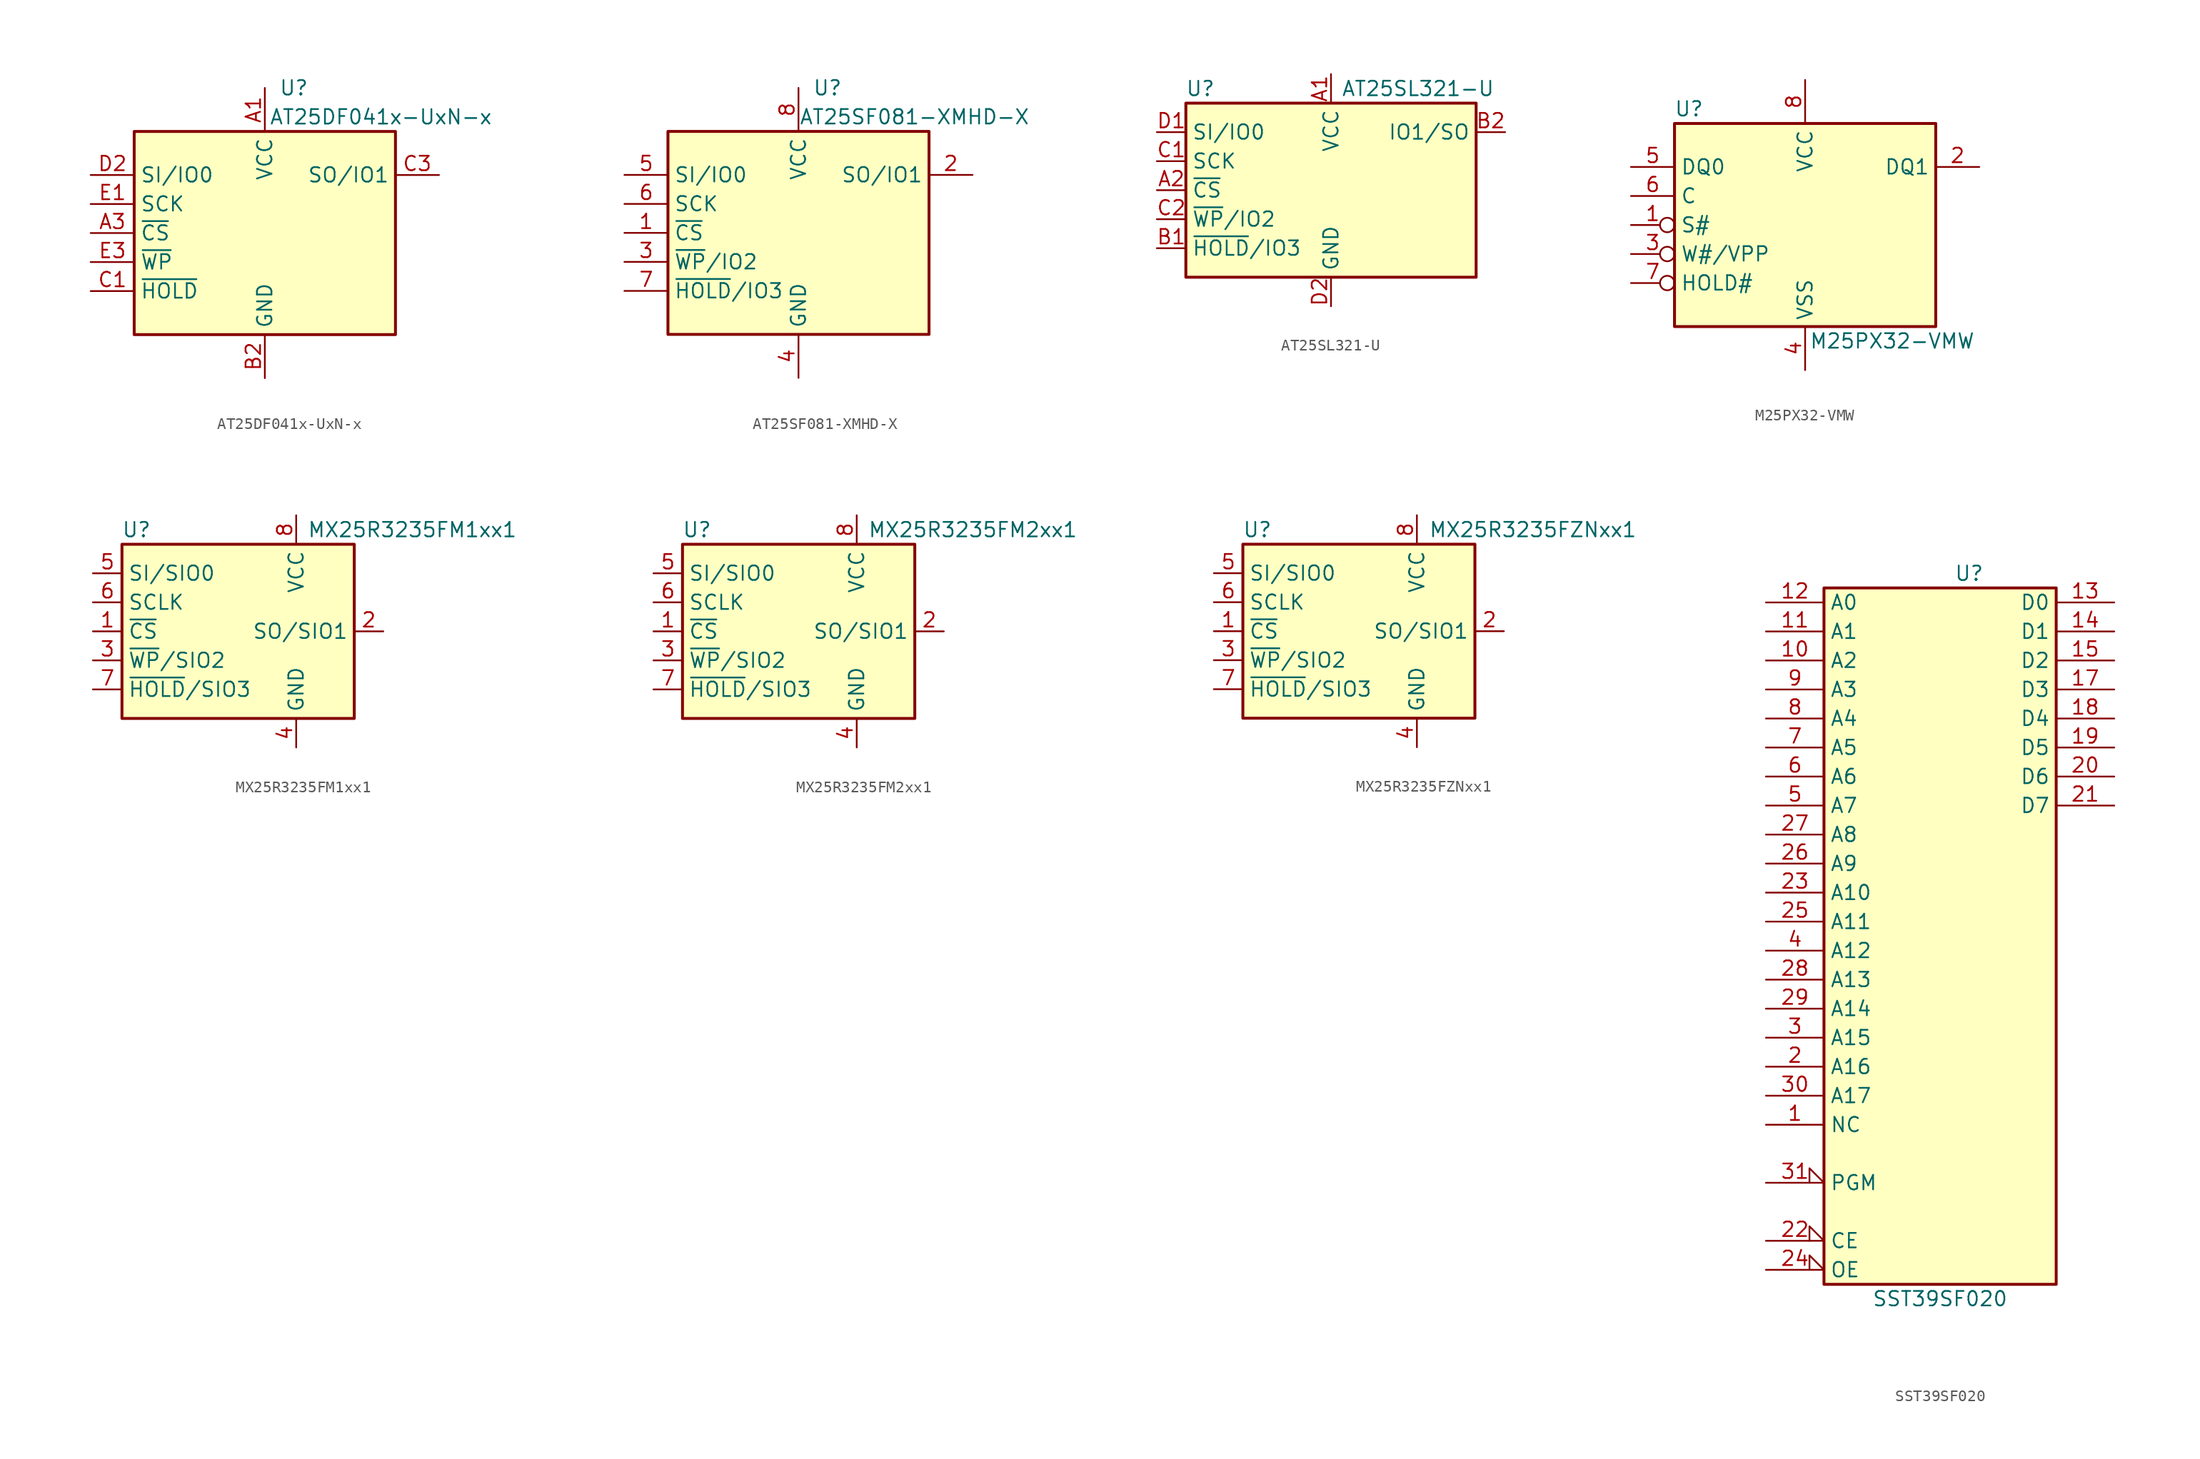
<source format=kicad_sym>
(kicad_symbol_lib
  (version 20220914)
  (generator kicad_symbol_editor)
  (symbol "AT25DF041x-UxN-x"
    (property "Reference" "U"
      (at 2.54 12.7 0)
      (effects (font (size 1.27 1.27))))
    (property "Value" "AT25DF041x-UxN-x"
      (at 10.16 10.16 0)
      (effects (font (size 1.27 1.27))))
    (symbol "AT25DF041x-UxN-x_1_1"
      (rectangle (start -11.43 8.89) (end 11.43 -8.89) (stroke (width 0.254) (type default)) (fill (type background)))
      (pin power_in line (at 0 12.7 270) (length 3.81) (name "VCC" (effects (font (size 1.27 1.27)))) (number "A1" (effects (font (size 1.27 1.27)))))
      (pin input line (at -15.24 0 0) (length 3.81) (name "~{CS}" (effects (font (size 1.27 1.27)))) (number "A3" (effects (font (size 1.27 1.27)))))
      (pin power_in line (at 0 -12.7 90) (length 3.81) (name "GND" (effects (font (size 1.27 1.27)))) (number "B2" (effects (font (size 1.27 1.27)))))
      (pin bidirectional line (at -15.24 -5.08 0) (length 3.81) (name "~{HOLD}" (effects (font (size 1.27 1.27)))) (number "C1" (effects (font (size 1.27 1.27)))))
      (pin bidirectional line (at 15.24 5.08 180) (length 3.81) (name "SO/IO1" (effects (font (size 1.27 1.27)))) (number "C3" (effects (font (size 1.27 1.27)))))
      (pin bidirectional line (at -15.24 5.08 0) (length 3.81) (name "SI/IO0" (effects (font (size 1.27 1.27)))) (number "D2" (effects (font (size 1.27 1.27)))))
      (pin input line (at -15.24 2.54 0) (length 3.81) (name "SCK" (effects (font (size 1.27 1.27)))) (number "E1" (effects (font (size 1.27 1.27)))))
      (pin bidirectional line (at -15.24 -2.54 0) (length 3.81) (name "~{WP}" (effects (font (size 1.27 1.27)))) (number "E3" (effects (font (size 1.27 1.27)))))))
  (symbol "AT25SF081-XMHD-X"
    (property "Reference" "U"
      (at 2.54 12.7 0)
      (effects (font (size 1.27 1.27))))
    (property "Value" "AT25SF081-XMHD-X"
      (at 10.16 10.16 0)
      (effects (font (size 1.27 1.27))))
    (symbol "AT25SF081-XMHD-X_1_1"
      (rectangle (start -11.43 8.89) (end 11.43 -8.89) (stroke (width 0.254) (type default)) (fill (type background)))
      (pin input line (at -15.24 0 0) (length 3.81) (name "~{CS}" (effects (font (size 1.27 1.27)))) (number "1" (effects (font (size 1.27 1.27)))))
      (pin bidirectional line (at 15.24 5.08 180) (length 3.81) (name "SO/IO1" (effects (font (size 1.27 1.27)))) (number "2" (effects (font (size 1.27 1.27)))))
      (pin bidirectional line (at -15.24 -2.54 0) (length 3.81) (name "~{WP}/IO2" (effects (font (size 1.27 1.27)))) (number "3" (effects (font (size 1.27 1.27)))))
      (pin power_in line (at 0 -12.7 90) (length 3.81) (name "GND" (effects (font (size 1.27 1.27)))) (number "4" (effects (font (size 1.27 1.27)))))
      (pin bidirectional line (at -15.24 5.08 0) (length 3.81) (name "SI/IO0" (effects (font (size 1.27 1.27)))) (number "5" (effects (font (size 1.27 1.27)))))
      (pin input line (at -15.24 2.54 0) (length 3.81) (name "SCK" (effects (font (size 1.27 1.27)))) (number "6" (effects (font (size 1.27 1.27)))))
      (pin bidirectional line (at -15.24 -5.08 0) (length 3.81) (name "~{HOLD}/IO3" (effects (font (size 1.27 1.27)))) (number "7" (effects (font (size 1.27 1.27)))))
      (pin power_in line (at 0 12.7 270) (length 3.81) (name "VCC" (effects (font (size 1.27 1.27)))) (number "8" (effects (font (size 1.27 1.27)))))))
  (symbol "AT25SL321-U"
    (property "Reference" "U"
      (at -11.43 8.89 0)
      (effects (font (size 1.27 1.27))))
    (property "Value" "AT25SL321-U"
      (at 7.62 8.89 0)
      (effects (font (size 1.27 1.27))))
    (symbol "AT25SL321-U_1_1"
      (rectangle (start -12.7 7.62) (end 12.7 -7.62) (stroke (width 0.254) (type default)) (fill (type background)))
      (pin power_in line (at 0 10.16 270) (length 2.54) (name "VCC" (effects (font (size 1.27 1.27)))) (number "A1" (effects (font (size 1.27 1.27)))))
      (pin input line (at -15.24 0 0) (length 2.54) (name "~{CS}" (effects (font (size 1.27 1.27)))) (number "A2" (effects (font (size 1.27 1.27)))))
      (pin bidirectional line (at -15.24 -5.08 0) (length 2.54) (name "~{HOLD}/IO3" (effects (font (size 1.27 1.27)))) (number "B1" (effects (font (size 1.27 1.27)))))
      (pin bidirectional line (at 15.24 5.08 180) (length 2.54) (name "IO1/SO" (effects (font (size 1.27 1.27)))) (number "B2" (effects (font (size 1.27 1.27)))))
      (pin input line (at -15.24 2.54 0) (length 2.54) (name "SCK" (effects (font (size 1.27 1.27)))) (number "C1" (effects (font (size 1.27 1.27)))))
      (pin bidirectional line (at -15.24 -2.54 0) (length 2.54) (name "~{WP}/IO2" (effects (font (size 1.27 1.27)))) (number "C2" (effects (font (size 1.27 1.27)))))
      (pin bidirectional line (at -15.24 5.08 0) (length 2.54) (name "SI/IO0" (effects (font (size 1.27 1.27)))) (number "D1" (effects (font (size 1.27 1.27)))))
      (pin power_in line (at 0 -10.16 90) (length 2.54) (name "GND" (effects (font (size 1.27 1.27)))) (number "D2" (effects (font (size 1.27 1.27)))))))
  (symbol "M25PX32-VMW"
    (property "Reference" "U"
      (at -10.16 10.16 0)
      (effects (font (size 1.27 1.27))))
    (property "Value" "M25PX32-VMW"
      (at 7.62 -10.16 0)
      (effects (font (size 1.27 1.27))))
    (symbol "M25PX32-VMW_0_1"
      (rectangle (start -11.43 8.89) (end 11.43 -8.89) (stroke (width 0.254) (type default)) (fill (type background))))
    (symbol "M25PX32-VMW_1_1"
      (pin input inverted (at -15.24 0 0) (length 3.81) (name "S#" (effects (font (size 1.27 1.27)))) (number "1" (effects (font (size 1.27 1.27)))))
      (pin bidirectional line (at 15.24 5.08 180) (length 3.81) (name "DQ1" (effects (font (size 1.27 1.27)))) (number "2" (effects (font (size 1.27 1.27)))))
      (pin input inverted (at -15.24 -2.54 0) (length 3.81) (name "W#/VPP" (effects (font (size 1.27 1.27)))) (number "3" (effects (font (size 1.27 1.27)))))
      (pin power_in line (at 0 -12.7 90) (length 3.81) (name "VSS" (effects (font (size 1.27 1.27)))) (number "4" (effects (font (size 1.27 1.27)))))
      (pin bidirectional line (at -15.24 5.08 0) (length 3.81) (name "DQ0" (effects (font (size 1.27 1.27)))) (number "5" (effects (font (size 1.27 1.27)))))
      (pin input line (at -15.24 2.54 0) (length 3.81) (name "C" (effects (font (size 1.27 1.27)))) (number "6" (effects (font (size 1.27 1.27)))))
      (pin input inverted (at -15.24 -5.08 0) (length 3.81) (name "HOLD#" (effects (font (size 1.27 1.27)))) (number "7" (effects (font (size 1.27 1.27)))))
      (pin power_in line (at 0 12.7 270) (length 3.81) (name "VCC" (effects (font (size 1.27 1.27)))) (number "8" (effects (font (size 1.27 1.27)))))))
  (symbol "MX25R3235FM1xx1"
    (property "Reference" "U"
      (at -8.89 8.89 0)
      (effects (font (size 1.27 1.27))))
    (property "Value" "MX25R3235FM1xx1"
      (at 15.24 8.89 0)
      (effects (font (size 1.27 1.27))))
    (symbol "MX25R3235FM1xx1_1_1"
      (rectangle (start -10.16 7.62) (end 10.16 -7.62) (stroke (width 0.254) (type default)) (fill (type background)))
      (pin input line (at -12.7 0 0) (length 2.54) (name "~{CS}" (effects (font (size 1.27 1.27)))) (number "1" (effects (font (size 1.27 1.27)))))
      (pin bidirectional line (at 12.7 0 180) (length 2.54) (name "SO/SIO1" (effects (font (size 1.27 1.27)))) (number "2" (effects (font (size 1.27 1.27)))))
      (pin bidirectional line (at -12.7 -2.54 0) (length 2.54) (name "~{WP}/SIO2" (effects (font (size 1.27 1.27)))) (number "3" (effects (font (size 1.27 1.27)))))
      (pin power_in line (at 5.08 -10.16 90) (length 2.54) (name "GND" (effects (font (size 1.27 1.27)))) (number "4" (effects (font (size 1.27 1.27)))))
      (pin bidirectional line (at -12.7 5.08 0) (length 2.54) (name "SI/SIO0" (effects (font (size 1.27 1.27)))) (number "5" (effects (font (size 1.27 1.27)))))
      (pin input line (at -12.7 2.54 0) (length 2.54) (name "SCLK" (effects (font (size 1.27 1.27)))) (number "6" (effects (font (size 1.27 1.27)))))
      (pin bidirectional line (at -12.7 -5.08 0) (length 2.54) (name "~{HOLD}/SIO3" (effects (font (size 1.27 1.27)))) (number "7" (effects (font (size 1.27 1.27)))))
      (pin power_in line (at 5.08 10.16 270) (length 2.54) (name "VCC" (effects (font (size 1.27 1.27)))) (number "8" (effects (font (size 1.27 1.27)))))))
  (symbol "MX25R3235FM2xx1"
    (property "Reference" "U"
      (at -8.89 8.89 0)
      (effects (font (size 1.27 1.27))))
    (property "Value" "MX25R3235FM2xx1"
      (at 15.24 8.89 0)
      (effects (font (size 1.27 1.27))))
    (symbol "MX25R3235FM2xx1_1_1"
      (rectangle (start -10.16 7.62) (end 10.16 -7.62) (stroke (width 0.254) (type default)) (fill (type background)))
      (pin input line (at -12.7 0 0) (length 2.54) (name "~{CS}" (effects (font (size 1.27 1.27)))) (number "1" (effects (font (size 1.27 1.27)))))
      (pin bidirectional line (at 12.7 0 180) (length 2.54) (name "SO/SIO1" (effects (font (size 1.27 1.27)))) (number "2" (effects (font (size 1.27 1.27)))))
      (pin bidirectional line (at -12.7 -2.54 0) (length 2.54) (name "~{WP}/SIO2" (effects (font (size 1.27 1.27)))) (number "3" (effects (font (size 1.27 1.27)))))
      (pin power_in line (at 5.08 -10.16 90) (length 2.54) (name "GND" (effects (font (size 1.27 1.27)))) (number "4" (effects (font (size 1.27 1.27)))))
      (pin bidirectional line (at -12.7 5.08 0) (length 2.54) (name "SI/SIO0" (effects (font (size 1.27 1.27)))) (number "5" (effects (font (size 1.27 1.27)))))
      (pin input line (at -12.7 2.54 0) (length 2.54) (name "SCLK" (effects (font (size 1.27 1.27)))) (number "6" (effects (font (size 1.27 1.27)))))
      (pin bidirectional line (at -12.7 -5.08 0) (length 2.54) (name "~{HOLD}/SIO3" (effects (font (size 1.27 1.27)))) (number "7" (effects (font (size 1.27 1.27)))))
      (pin power_in line (at 5.08 10.16 270) (length 2.54) (name "VCC" (effects (font (size 1.27 1.27)))) (number "8" (effects (font (size 1.27 1.27)))))))
  (symbol "MX25R3235FZNxx1"
    (property "Reference" "U"
      (at -8.89 8.89 0)
      (effects (font (size 1.27 1.27))))
    (property "Value" "MX25R3235FZNxx1"
      (at 15.24 8.89 0)
      (effects (font (size 1.27 1.27))))
    (symbol "MX25R3235FZNxx1_1_1"
      (rectangle (start -10.16 7.62) (end 10.16 -7.62) (stroke (width 0.254) (type default)) (fill (type background)))
      (pin input line (at -12.7 0 0) (length 2.54) (name "~{CS}" (effects (font (size 1.27 1.27)))) (number "1" (effects (font (size 1.27 1.27)))))
      (pin bidirectional line (at 12.7 0 180) (length 2.54) (name "SO/SIO1" (effects (font (size 1.27 1.27)))) (number "2" (effects (font (size 1.27 1.27)))))
      (pin bidirectional line (at -12.7 -2.54 0) (length 2.54) (name "~{WP}/SIO2" (effects (font (size 1.27 1.27)))) (number "3" (effects (font (size 1.27 1.27)))))
      (pin power_in line (at 5.08 -10.16 90) (length 2.54) (name "GND" (effects (font (size 1.27 1.27)))) (number "4" (effects (font (size 1.27 1.27)))))
      (pin bidirectional line (at -12.7 5.08 0) (length 2.54) (name "SI/SIO0" (effects (font (size 1.27 1.27)))) (number "5" (effects (font (size 1.27 1.27)))))
      (pin input line (at -12.7 2.54 0) (length 2.54) (name "SCLK" (effects (font (size 1.27 1.27)))) (number "6" (effects (font (size 1.27 1.27)))))
      (pin bidirectional line (at -12.7 -5.08 0) (length 2.54) (name "~{HOLD}/SIO3" (effects (font (size 1.27 1.27)))) (number "7" (effects (font (size 1.27 1.27)))))
      (pin power_in line (at 5.08 10.16 270) (length 2.54) (name "VCC" (effects (font (size 1.27 1.27)))) (number "8" (effects (font (size 1.27 1.27)))))
      (pin passive line (at 5.08 -10.16 90) (length 2.54) hide (name "GND" (effects (font (size 1.27 1.27)))) (number "9" (effects (font (size 1.27 1.27)))))))
  (symbol "SST39SF020"
    (property "Reference" "U"
      (at 2.54 33.02 0)
      (effects (font (size 1.27 1.27))))
    (property "Value" "SST39SF020"
      (at 0 -30.48 0)
      (effects (font (size 1.27 1.27))))
    (symbol "SST39SF020_0_0"
      (pin power_in line (at 0 -30.48 90) (length 1.27) hide (name "GND" (effects (font (size 1.27 1.27)))) (number "16" (effects (font (size 1.27 1.27)))))
      (pin power_in line (at 0 33.02 270) (length 1.27) hide (name "VCC" (effects (font (size 1.27 1.27)))) (number "32" (effects (font (size 1.27 1.27))))))
    (symbol "SST39SF020_0_1"
      (rectangle (start -10.16 31.75) (end 10.16 -29.21) (stroke (width 0.254) (type default)) (fill (type background))))
    (symbol "SST39SF020_1_1"
      (pin input line (at -15.24 -15.24 0) (length 5.08) (name "NC" (effects (font (size 1.27 1.27)))) (number "1" (effects (font (size 1.27 1.27)))))
      (pin input line (at -15.24 25.4 0) (length 5.08) (name "A2" (effects (font (size 1.27 1.27)))) (number "10" (effects (font (size 1.27 1.27)))))
      (pin input line (at -15.24 27.94 0) (length 5.08) (name "A1" (effects (font (size 1.27 1.27)))) (number "11" (effects (font (size 1.27 1.27)))))
      (pin input line (at -15.24 30.48 0) (length 5.08) (name "A0" (effects (font (size 1.27 1.27)))) (number "12" (effects (font (size 1.27 1.27)))))
      (pin tri_state line (at 15.24 30.48 180) (length 5.08) (name "D0" (effects (font (size 1.27 1.27)))) (number "13" (effects (font (size 1.27 1.27)))))
      (pin tri_state line (at 15.24 27.94 180) (length 5.08) (name "D1" (effects (font (size 1.27 1.27)))) (number "14" (effects (font (size 1.27 1.27)))))
      (pin tri_state line (at 15.24 25.4 180) (length 5.08) (name "D2" (effects (font (size 1.27 1.27)))) (number "15" (effects (font (size 1.27 1.27)))))
      (pin tri_state line (at 15.24 22.86 180) (length 5.08) (name "D3" (effects (font (size 1.27 1.27)))) (number "17" (effects (font (size 1.27 1.27)))))
      (pin tri_state line (at 15.24 20.32 180) (length 5.08) (name "D4" (effects (font (size 1.27 1.27)))) (number "18" (effects (font (size 1.27 1.27)))))
      (pin tri_state line (at 15.24 17.78 180) (length 5.08) (name "D5" (effects (font (size 1.27 1.27)))) (number "19" (effects (font (size 1.27 1.27)))))
      (pin input line (at -15.24 -10.16 0) (length 5.08) (name "A16" (effects (font (size 1.27 1.27)))) (number "2" (effects (font (size 1.27 1.27)))))
      (pin tri_state line (at 15.24 15.24 180) (length 5.08) (name "D6" (effects (font (size 1.27 1.27)))) (number "20" (effects (font (size 1.27 1.27)))))
      (pin tri_state line (at 15.24 12.7 180) (length 5.08) (name "D7" (effects (font (size 1.27 1.27)))) (number "21" (effects (font (size 1.27 1.27)))))
      (pin input input_low (at -15.24 -25.4 0) (length 5.08) (name "CE" (effects (font (size 1.27 1.27)))) (number "22" (effects (font (size 1.27 1.27)))))
      (pin input line (at -15.24 5.08 0) (length 5.08) (name "A10" (effects (font (size 1.27 1.27)))) (number "23" (effects (font (size 1.27 1.27)))))
      (pin input input_low (at -15.24 -27.94 0) (length 5.08) (name "OE" (effects (font (size 1.27 1.27)))) (number "24" (effects (font (size 1.27 1.27)))))
      (pin input line (at -15.24 2.54 0) (length 5.08) (name "A11" (effects (font (size 1.27 1.27)))) (number "25" (effects (font (size 1.27 1.27)))))
      (pin input line (at -15.24 7.62 0) (length 5.08) (name "A9" (effects (font (size 1.27 1.27)))) (number "26" (effects (font (size 1.27 1.27)))))
      (pin input line (at -15.24 10.16 0) (length 5.08) (name "A8" (effects (font (size 1.27 1.27)))) (number "27" (effects (font (size 1.27 1.27)))))
      (pin input line (at -15.24 -2.54 0) (length 5.08) (name "A13" (effects (font (size 1.27 1.27)))) (number "28" (effects (font (size 1.27 1.27)))))
      (pin input line (at -15.24 -5.08 0) (length 5.08) (name "A14" (effects (font (size 1.27 1.27)))) (number "29" (effects (font (size 1.27 1.27)))))
      (pin input line (at -15.24 -7.62 0) (length 5.08) (name "A15" (effects (font (size 1.27 1.27)))) (number "3" (effects (font (size 1.27 1.27)))))
      (pin input line (at -15.24 -12.7 0) (length 5.08) (name "A17" (effects (font (size 1.27 1.27)))) (number "30" (effects (font (size 1.27 1.27)))))
      (pin input input_low (at -15.24 -20.32 0) (length 5.08) (name "PGM" (effects (font (size 1.27 1.27)))) (number "31" (effects (font (size 1.27 1.27)))))
      (pin input line (at -15.24 0 0) (length 5.08) (name "A12" (effects (font (size 1.27 1.27)))) (number "4" (effects (font (size 1.27 1.27)))))
      (pin input line (at -15.24 12.7 0) (length 5.08) (name "A7" (effects (font (size 1.27 1.27)))) (number "5" (effects (font (size 1.27 1.27)))))
      (pin input line (at -15.24 15.24 0) (length 5.08) (name "A6" (effects (font (size 1.27 1.27)))) (number "6" (effects (font (size 1.27 1.27)))))
      (pin input line (at -15.24 17.78 0) (length 5.08) (name "A5" (effects (font (size 1.27 1.27)))) (number "7" (effects (font (size 1.27 1.27)))))
      (pin input line (at -15.24 20.32 0) (length 5.08) (name "A4" (effects (font (size 1.27 1.27)))) (number "8" (effects (font (size 1.27 1.27)))))
      (pin input line (at -15.24 22.86 0) (length 5.08) (name "A3" (effects (font (size 1.27 1.27)))) (number "9" (effects (font (size 1.27 1.27))))))))
</source>
